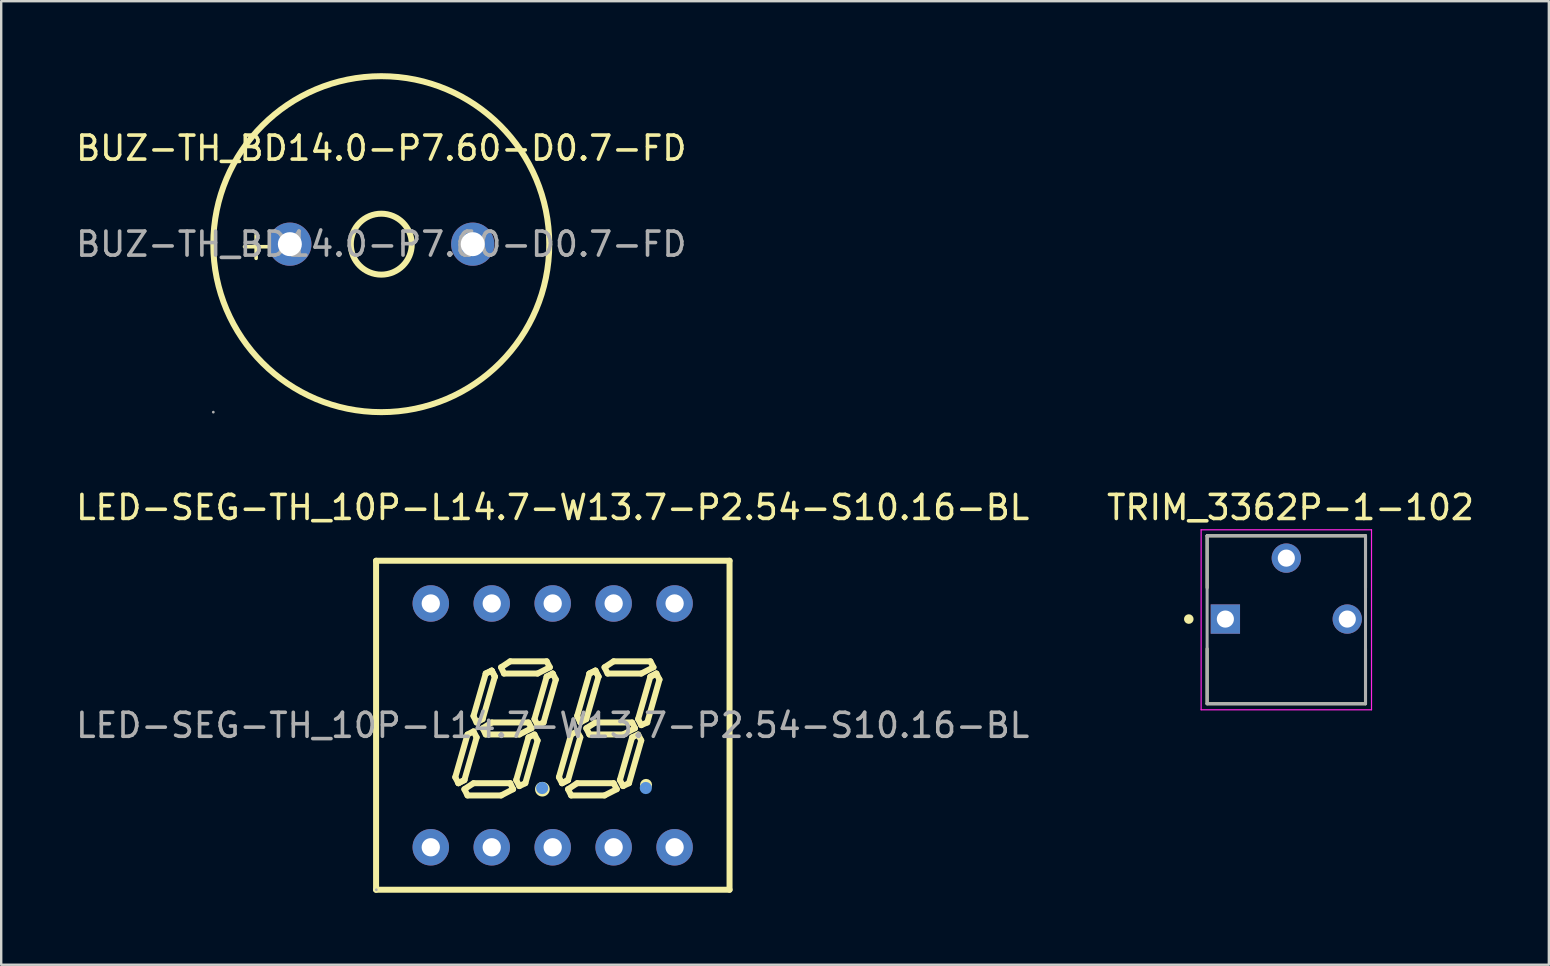
<source format=kicad_pcb>
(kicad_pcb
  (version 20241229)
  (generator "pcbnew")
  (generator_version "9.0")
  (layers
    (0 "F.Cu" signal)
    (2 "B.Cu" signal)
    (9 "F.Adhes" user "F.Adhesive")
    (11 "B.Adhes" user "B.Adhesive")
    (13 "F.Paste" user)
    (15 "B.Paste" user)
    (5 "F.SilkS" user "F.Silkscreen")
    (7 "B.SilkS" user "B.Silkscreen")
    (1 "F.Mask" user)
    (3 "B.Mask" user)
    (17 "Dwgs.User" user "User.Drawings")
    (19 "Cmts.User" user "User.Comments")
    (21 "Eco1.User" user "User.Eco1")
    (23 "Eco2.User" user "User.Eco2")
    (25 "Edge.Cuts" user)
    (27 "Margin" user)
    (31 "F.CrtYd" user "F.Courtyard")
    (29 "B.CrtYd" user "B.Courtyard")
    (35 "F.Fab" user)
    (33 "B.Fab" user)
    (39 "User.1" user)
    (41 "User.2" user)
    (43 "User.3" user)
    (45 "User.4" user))
  (footprint "TRIM_3362P-1-102"
    (layer "F.Cu")
    (at 50.554 22.748)
    (property "Reference" "TRIM_3362P-1-102" (at 0.175 -4.648 0) (layer "F.SilkS") (effects (font (size 1.003 1.003) (thickness 0.15))))
    (attr through_hole)
    (fp_line (start -3.3 -3.47) (end 3.3 -3.47) (stroke (width 0.127) (type solid)) (layer "F.SilkS"))
    (fp_line (start -3.3 -1.305) (end -3.3 -3.47) (stroke (width 0.127) (type solid)) (layer "F.SilkS"))
    (fp_line (start -3.3 3.52) (end -3.3 1.235) (stroke (width 0.127) (type solid)) (layer "F.SilkS"))
    (fp_line (start 3.3 -3.47) (end 3.3 -1.305) (stroke (width 0.127) (type solid)) (layer "F.SilkS"))
    (fp_line (start 3.3 1.235) (end 3.3 3.52) (stroke (width 0.127) (type solid)) (layer "F.SilkS"))
    (fp_line (start 3.3 3.53) (end -3.3 3.53) (stroke (width 0.127) (type solid)) (layer "F.SilkS"))
    (fp_circle (center -4.064 0) (end -3.964 0) (stroke (width 0.2) (type solid)) (fill no) (layer "F.SilkS"))
    (fp_line (start -3.55 -3.72) (end 3.55 -3.72) (stroke (width 0.05) (type solid)) (layer "F.CrtYd"))
    (fp_line (start -3.55 3.78) (end -3.55 -3.72) (stroke (width 0.05) (type solid)) (layer "F.CrtYd"))
    (fp_line (start 3.55 -3.72) (end 3.55 3.78) (stroke (width 0.05) (type solid)) (layer "F.CrtYd"))
    (fp_line (start 3.55 3.78) (end -3.55 3.78) (stroke (width 0.05) (type solid)) (layer "F.CrtYd"))
    (fp_line (start -3.3 -3.47) (end 3.3 -3.47) (stroke (width 0.127) (type solid)) (layer "F.Fab"))
    (fp_line (start -3.3 3.53) (end -3.3 -3.47) (stroke (width 0.127) (type solid)) (layer "F.Fab"))
    (fp_line (start 3.3 -3.47) (end 3.3 3.53) (stroke (width 0.127) (type solid)) (layer "F.Fab"))
    (fp_line (start 3.3 3.53) (end -3.3 3.53) (stroke (width 0.127) (type solid)) (layer "F.Fab"))
    (pad "1" thru_hole rect (at -2.54 0) (size 1.222 1.222) (drill 0.714) (layers "*.Cu" "*.Mask"))
    (pad "2" thru_hole circle (at 0 -2.54) (size 1.222 1.222) (drill 0.714) (layers "*.Cu" "*.Mask"))
    (pad "3" thru_hole circle (at 2.54 0) (size 1.222 1.222) (drill 0.714) (layers "*.Cu" "*.Mask")))
  (footprint "BUZ-TH_BD14.0-P7.60-D0.7-FD"
    (layer "F.Cu")
    (at 12.839 7.125)
    (property "Reference" "BUZ-TH_BD14.0-P7.60-D0.7-FD" (at 0 -4 0) (layer "F.SilkS") (effects (font (size 1 1) (thickness 0.15))))
    (attr through_hole)
    (fp_circle (center 0 0) (end 1.27 0) (stroke (width 0.25) (type solid)) (fill no) (layer "F.SilkS"))
    (fp_circle (center 0 0) (end 7 0) (stroke (width 0.25) (type solid)) (fill no) (layer "F.SilkS"))
    (fp_circle (center -7 7) (end -6.97 7) (stroke (width 0.06) (type solid)) (fill no) (layer "F.Fab"))
    (fp_circle (center -3.81 0) (end -3.63 0) (stroke (width 0.35) (type solid)) (fill no) (layer "F.Fab"))
    (fp_circle (center 3.81 0) (end 3.99 0) (stroke (width 0.35) (type solid)) (fill no) (layer "F.Fab"))
    (fp_text user "+" (at -6.1 0.01 0) (layer "F.SilkS") (effects (font (size 1.27 1.27) (thickness 0.15)) (justify left)))
    (fp_text user "${REFERENCE}" (at 0 0 0) (layer "F.Fab") (effects (font (size 1 1) (thickness 0.15))))
    (pad "1" thru_hole circle (at -3.81 0) (size 1.8 1.8) (drill 1) (layers "*.Cu" "*.Mask"))
    (pad "2" thru_hole circle (at 3.81 0) (size 1.8 1.8) (drill 1) (layers "*.Cu" "*.Mask")))
  (footprint "LED-SEG-TH_10P-L14.7-W13.7-P2.54-S10.16-BL"
    (layer "F.Cu")
    (at 19.982 27.178)
    (property "Reference" "LED-SEG-TH_10P-L14.7-W13.7-P2.54-S10.16-BL" (at 0 -9.08 0) (layer "F.SilkS") (effects (font (size 1 1) (thickness 0.15))))
    (attr through_hole)
    (fp_line (start -7.36 -6.86) (end -7.36 6.85) (stroke (width 0.25) (type solid)) (layer "F.SilkS"))
    (fp_line (start -7.36 6.85) (end 7.37 6.85) (stroke (width 0.25) (type solid)) (layer "F.SilkS"))
    (fp_line (start -4.06 2.16) (end -3.93 2.41) (stroke (width 0.25) (type solid)) (layer "F.SilkS"))
    (fp_line (start -3.93 2.41) (end -3.68 2.28) (stroke (width 0.25) (type solid)) (layer "F.SilkS"))
    (fp_line (start -3.93 2.41) (end -3.68 2.28) (stroke (width 0.25) (type solid)) (layer "F.SilkS"))
    (fp_line (start -3.68 2.28) (end -3.17 0.5) (stroke (width 0.25) (type solid)) (layer "F.SilkS"))
    (fp_line (start -3.68 2.66) (end -3.3 2.41) (stroke (width 0.25) (type solid)) (layer "F.SilkS"))
    (fp_line (start -3.55 0.38) (end -4.06 2.16) (stroke (width 0.25) (type solid)) (layer "F.SilkS"))
    (fp_line (start -3.55 2.92) (end -3.68 2.66) (stroke (width 0.25) (type solid)) (layer "F.SilkS"))
    (fp_line (start -3.3 -0.39) (end -3.17 -0.12) (stroke (width 0.25) (type solid)) (layer "F.SilkS"))
    (fp_line (start -3.3 0.25) (end -3.55 0.38) (stroke (width 0.25) (type solid)) (layer "F.SilkS"))
    (fp_line (start -3.3 2.41) (end -1.77 2.41) (stroke (width 0.25) (type solid)) (layer "F.SilkS"))
    (fp_line (start -3.17 -0.12) (end -2.92 -0.26) (stroke (width 0.25) (type solid)) (layer "F.SilkS"))
    (fp_line (start -3.17 0.5) (end -3.3 0.25) (stroke (width 0.25) (type solid)) (layer "F.SilkS"))
    (fp_line (start -2.92 -0.26) (end -2.41 -2.03) (stroke (width 0.25) (type solid)) (layer "F.SilkS"))
    (fp_line (start -2.92 0.12) (end -2.54 -0.12) (stroke (width 0.25) (type solid)) (layer "F.SilkS"))
    (fp_line (start -2.79 -2.16) (end -3.3 -0.39) (stroke (width 0.25) (type solid)) (layer "F.SilkS"))
    (fp_line (start -2.79 0.38) (end -2.92 0.12) (stroke (width 0.25) (type solid)) (layer "F.SilkS"))
    (fp_line (start -2.54 -2.28) (end -2.79 -2.16) (stroke (width 0.25) (type solid)) (layer "F.SilkS"))
    (fp_line (start -2.54 -2.28) (end -2.79 -2.16) (stroke (width 0.25) (type solid)) (layer "F.SilkS"))
    (fp_line (start -2.54 -0.12) (end -1.01 -0.12) (stroke (width 0.25) (type solid)) (layer "F.SilkS"))
    (fp_line (start -2.41 -2.03) (end -2.54 -2.28) (stroke (width 0.25) (type solid)) (layer "F.SilkS"))
    (fp_line (start -2.41 -2.03) (end -2.54 -2.28) (stroke (width 0.25) (type solid)) (layer "F.SilkS"))
    (fp_line (start -2.15 -2.42) (end -1.77 -2.67) (stroke (width 0.25) (type solid)) (layer "F.SilkS"))
    (fp_line (start -2.15 2.92) (end -3.55 2.92) (stroke (width 0.25) (type solid)) (layer "F.SilkS"))
    (fp_line (start -2.03 -2.16) (end -2.15 -2.42) (stroke (width 0.25) (type solid)) (layer "F.SilkS"))
    (fp_line (start -1.77 -2.67) (end -0.25 -2.67) (stroke (width 0.25) (type solid)) (layer "F.SilkS"))
    (fp_line (start -1.77 2.41) (end -1.65 2.66) (stroke (width 0.25) (type solid)) (layer "F.SilkS"))
    (fp_line (start -1.65 2.66) (end -2.15 2.92) (stroke (width 0.25) (type solid)) (layer "F.SilkS"))
    (fp_line (start -1.52 2.28) (end -1.39 2.53) (stroke (width 0.25) (type solid)) (layer "F.SilkS"))
    (fp_line (start -1.39 0.38) (end -2.79 0.38) (stroke (width 0.25) (type solid)) (layer "F.SilkS"))
    (fp_line (start -1.39 2.53) (end -1.14 2.41) (stroke (width 0.25) (type solid)) (layer "F.SilkS"))
    (fp_line (start -1.14 2.41) (end -0.63 0.63) (stroke (width 0.25) (type solid)) (layer "F.SilkS"))
    (fp_line (start -1.01 -0.12) (end -0.88 0.12) (stroke (width 0.25) (type solid)) (layer "F.SilkS"))
    (fp_line (start -1.01 0.5) (end -1.52 2.28) (stroke (width 0.25) (type solid)) (layer "F.SilkS"))
    (fp_line (start -0.88 0.12) (end -1.39 0.38) (stroke (width 0.25) (type solid)) (layer "F.SilkS"))
    (fp_line (start -0.76 -0.26) (end -0.63 -0.01) (stroke (width 0.25) (type solid)) (layer "F.SilkS"))
    (fp_line (start -0.76 0.38) (end -1.01 0.5) (stroke (width 0.25) (type solid)) (layer "F.SilkS"))
    (fp_line (start -0.63 -2.16) (end -2.03 -2.16) (stroke (width 0.25) (type solid)) (layer "F.SilkS"))
    (fp_line (start -0.63 -0.01) (end -0.38 -0.12) (stroke (width 0.25) (type solid)) (layer "F.SilkS"))
    (fp_line (start -0.63 0.63) (end -0.76 0.38) (stroke (width 0.25) (type solid)) (layer "F.SilkS"))
    (fp_line (start -0.38 -0.12) (end 0.13 -1.91) (stroke (width 0.25) (type solid)) (layer "F.SilkS"))
    (fp_line (start -0.25 -2.67) (end -0.12 -2.42) (stroke (width 0.25) (type solid)) (layer "F.SilkS"))
    (fp_line (start -0.25 -2.03) (end -0.76 -0.26) (stroke (width 0.25) (type solid)) (layer "F.SilkS"))
    (fp_line (start -0.25 -2.03) (end 0 -2.16) (stroke (width 0.25) (type solid)) (layer "F.SilkS"))
    (fp_line (start -0.12 -2.42) (end -0.63 -2.16) (stroke (width 0.25) (type solid)) (layer "F.SilkS"))
    (fp_line (start 0 -2.16) (end -0.25 -2.03) (stroke (width 0.25) (type solid)) (layer "F.SilkS"))
    (fp_line (start 0.13 -1.91) (end 0 -2.16) (stroke (width 0.25) (type solid)) (layer "F.SilkS"))
    (fp_line (start 0.26 2.16) (end 0.39 2.41) (stroke (width 0.25) (type solid)) (layer "F.SilkS"))
    (fp_line (start 0.39 2.41) (end 0.64 2.28) (stroke (width 0.25) (type solid)) (layer "F.SilkS"))
    (fp_line (start 0.39 2.41) (end 0.64 2.28) (stroke (width 0.25) (type solid)) (layer "F.SilkS"))
    (fp_line (start 0.64 2.28) (end 1.15 0.5) (stroke (width 0.25) (type solid)) (layer "F.SilkS"))
    (fp_line (start 0.64 2.66) (end 1.02 2.41) (stroke (width 0.25) (type solid)) (layer "F.SilkS"))
    (fp_line (start 0.77 0.38) (end 0.26 2.16) (stroke (width 0.25) (type solid)) (layer "F.SilkS"))
    (fp_line (start 0.77 2.92) (end 0.64 2.66) (stroke (width 0.25) (type solid)) (layer "F.SilkS"))
    (fp_line (start 1.02 -0.39) (end 1.15 -0.12) (stroke (width 0.25) (type solid)) (layer "F.SilkS"))
    (fp_line (start 1.02 0.25) (end 0.77 0.38) (stroke (width 0.25) (type solid)) (layer "F.SilkS"))
    (fp_line (start 1.02 2.41) (end 2.54 2.41) (stroke (width 0.25) (type solid)) (layer "F.SilkS"))
    (fp_line (start 1.15 -0.12) (end 1.4 -0.26) (stroke (width 0.25) (type solid)) (layer "F.SilkS"))
    (fp_line (start 1.15 0.5) (end 1.02 0.25) (stroke (width 0.25) (type solid)) (layer "F.SilkS"))
    (fp_line (start 1.4 -0.26) (end 1.91 -2.03) (stroke (width 0.25) (type solid)) (layer "F.SilkS"))
    (fp_line (start 1.4 0.12) (end 1.78 -0.12) (stroke (width 0.25) (type solid)) (layer "F.SilkS"))
    (fp_line (start 1.53 -2.16) (end 1.02 -0.39) (stroke (width 0.25) (type solid)) (layer "F.SilkS"))
    (fp_line (start 1.53 -2.16) (end 1.78 -2.28) (stroke (width 0.25) (type solid)) (layer "F.SilkS"))
    (fp_line (start 1.53 0.38) (end 1.4 0.12) (stroke (width 0.25) (type solid)) (layer "F.SilkS"))
    (fp_line (start 1.78 -2.28) (end 1.53 -2.16) (stroke (width 0.25) (type solid)) (layer "F.SilkS"))
    (fp_line (start 1.78 -2.28) (end 1.91 -2.03) (stroke (width 0.25) (type solid)) (layer "F.SilkS"))
    (fp_line (start 1.78 -0.12) (end 3.31 -0.12) (stroke (width 0.25) (type solid)) (layer "F.SilkS"))
    (fp_line (start 1.91 -2.03) (end 1.78 -2.28) (stroke (width 0.25) (type solid)) (layer "F.SilkS"))
    (fp_line (start 2.16 -2.42) (end 2.54 -2.67) (stroke (width 0.25) (type solid)) (layer "F.SilkS"))
    (fp_line (start 2.16 2.92) (end 0.77 2.92) (stroke (width 0.25) (type solid)) (layer "F.SilkS"))
    (fp_line (start 2.29 -2.16) (end 2.16 -2.42) (stroke (width 0.25) (type solid)) (layer "F.SilkS"))
    (fp_line (start 2.54 -2.67) (end 4.07 -2.67) (stroke (width 0.25) (type solid)) (layer "F.SilkS"))
    (fp_line (start 2.54 2.41) (end 2.67 2.66) (stroke (width 0.25) (type solid)) (layer "F.SilkS"))
    (fp_line (start 2.67 2.66) (end 2.16 2.92) (stroke (width 0.25) (type solid)) (layer "F.SilkS"))
    (fp_line (start 2.8 2.28) (end 2.93 2.53) (stroke (width 0.25) (type solid)) (layer "F.SilkS"))
    (fp_line (start 2.93 0.38) (end 1.53 0.38) (stroke (width 0.25) (type solid)) (layer "F.SilkS"))
    (fp_line (start 2.93 2.53) (end 3.18 2.41) (stroke (width 0.25) (type solid)) (layer "F.SilkS"))
    (fp_line (start 3.18 2.41) (end 3.69 0.63) (stroke (width 0.25) (type solid)) (layer "F.SilkS"))
    (fp_line (start 3.31 -0.12) (end 3.43 0.12) (stroke (width 0.25) (type solid)) (layer "F.SilkS"))
    (fp_line (start 3.31 0.5) (end 2.8 2.28) (stroke (width 0.25) (type solid)) (layer "F.SilkS"))
    (fp_line (start 3.43 0.12) (end 2.93 0.38) (stroke (width 0.25) (type solid)) (layer "F.SilkS"))
    (fp_line (start 3.56 -0.26) (end 4.07 -2.03) (stroke (width 0.25) (type solid)) (layer "F.SilkS"))
    (fp_line (start 3.56 0.38) (end 3.31 0.5) (stroke (width 0.25) (type solid)) (layer "F.SilkS"))
    (fp_line (start 3.69 -2.16) (end 2.29 -2.16) (stroke (width 0.25) (type solid)) (layer "F.SilkS"))
    (fp_line (start 3.69 -0.01) (end 3.56 -0.26) (stroke (width 0.25) (type solid)) (layer "F.SilkS"))
    (fp_line (start 3.69 0.63) (end 3.56 0.38) (stroke (width 0.25) (type solid)) (layer "F.SilkS"))
    (fp_line (start 3.94 -0.12) (end 3.69 -0.01) (stroke (width 0.25) (type solid)) (layer "F.SilkS"))
    (fp_line (start 4.07 -2.67) (end 4.2 -2.42) (stroke (width 0.25) (type solid)) (layer "F.SilkS"))
    (fp_line (start 4.07 -2.03) (end 4.32 -2.16) (stroke (width 0.25) (type solid)) (layer "F.SilkS"))
    (fp_line (start 4.2 -2.42) (end 3.69 -2.16) (stroke (width 0.25) (type solid)) (layer "F.SilkS"))
    (fp_line (start 4.32 -2.16) (end 4.07 -2.03) (stroke (width 0.25) (type solid)) (layer "F.SilkS"))
    (fp_line (start 4.32 -2.16) (end 4.45 -1.91) (stroke (width 0.25) (type solid)) (layer "F.SilkS"))
    (fp_line (start 4.45 -1.91) (end 3.94 -0.12) (stroke (width 0.25) (type solid)) (layer "F.SilkS"))
    (fp_line (start 7.37 -6.86) (end -7.36 -6.86) (stroke (width 0.25) (type solid)) (layer "F.SilkS"))
    (fp_line (start 7.37 6.85) (end 7.37 -6.86) (stroke (width 0.25) (type solid)) (layer "F.SilkS"))
    (fp_arc (start -0.42 2.48) (mid -0.435001 2.840208) (end -0.430001 2.479722) (stroke (width 0.25) (type solid)) (layer "F.SilkS"))
    (fp_arc (start 3.89 2.48) (mid 3.89 2.48) (end 3.89 2.48) (stroke (width 0.25) (type solid)) (layer "F.SilkS"))
    (fp_circle (center -0.44 2.61) (end -0.31 2.61) (stroke (width 0.25) (type solid)) (fill no) (layer "Cmts.User"))
    (fp_circle (center 3.88 2.61) (end 4.01 2.61) (stroke (width 0.25) (type solid)) (fill no) (layer "Cmts.User"))
    (fp_circle (center -7.35 6.85) (end -7.32 6.85) (stroke (width 0.06) (type solid)) (fill no) (layer "F.Fab"))
    (fp_circle (center -5.08 -5.08) (end -4.98 -5.08) (stroke (width 0.2) (type solid)) (fill no) (layer "F.Fab"))
    (fp_circle (center -5.08 5.08) (end -4.98 5.08) (stroke (width 0.2) (type solid)) (fill no) (layer "F.Fab"))
    (fp_circle (center -2.54 -5.08) (end -2.44 -5.08) (stroke (width 0.2) (type solid)) (fill no) (layer "F.Fab"))
    (fp_circle (center -2.54 5.08) (end -2.44 5.08) (stroke (width 0.2) (type solid)) (fill no) (layer "F.Fab"))
    (fp_circle (center 0 -5.08) (end 0.1 -5.08) (stroke (width 0.2) (type solid)) (fill no) (layer "F.Fab"))
    (fp_circle (center 0 5.08) (end 0.1 5.08) (stroke (width 0.2) (type solid)) (fill no) (layer "F.Fab"))
    (fp_circle (center 2.54 -5.08) (end 2.64 -5.08) (stroke (width 0.2) (type solid)) (fill no) (layer "F.Fab"))
    (fp_circle (center 2.54 5.08) (end 2.64 5.08) (stroke (width 0.2) (type solid)) (fill no) (layer "F.Fab"))
    (fp_circle (center 5.08 -5.08) (end 5.18 -5.08) (stroke (width 0.2) (type solid)) (fill no) (layer "F.Fab"))
    (fp_circle (center 5.08 5.08) (end 5.18 5.08) (stroke (width 0.2) (type solid)) (fill no) (layer "F.Fab"))
    (fp_text user "${REFERENCE}" (at 0 0 0) (layer "F.Fab") (effects (font (size 1 1) (thickness 0.15))))
    (pad "1" thru_hole circle (at -5.08 5.08 270) (size 1.52 1.52) (drill 0.762) (layers "*.Cu" "*.Mask"))
    (pad "2" thru_hole circle (at -2.54 5.08 270) (size 1.52 1.52) (drill 0.762) (layers "*.Cu" "*.Mask"))
    (pad "3" thru_hole circle (at 0 5.08 270) (size 1.52 1.52) (drill 0.762) (layers "*.Cu" "*.Mask"))
    (pad "4" thru_hole circle (at 2.54 5.08 270) (size 1.52 1.52) (drill 0.762) (layers "*.Cu" "*.Mask"))
    (pad "5" thru_hole circle (at 5.08 5.08 270) (size 1.52 1.52) (drill 0.762) (layers "*.Cu" "*.Mask"))
    (pad "6" thru_hole circle (at 5.08 -5.08 270) (size 1.52 1.52) (drill 0.762) (layers "*.Cu" "*.Mask"))
    (pad "7" thru_hole circle (at 2.54 -5.08 180) (size 1.52 1.52) (drill 0.762) (layers "*.Cu" "*.Mask"))
    (pad "8" thru_hole circle (at 0 -5.08 180) (size 1.52 1.52) (drill 0.762) (layers "*.Cu" "*.Mask"))
    (pad "9" thru_hole circle (at -2.54 -5.08 180) (size 1.52 1.52) (drill 0.762) (layers "*.Cu" "*.Mask"))
    (pad "10" thru_hole circle (at -5.08 -5.08 270) (size 1.52 1.52) (drill 0.762) (layers "*.Cu" "*.Mask")))
  (gr_rect
    (start -3 -3)
    (end 61.494 37.153)
    (stroke (width 0.1) (type default))
    (fill no)
    (layer "Edge.Cuts")))
</source>
